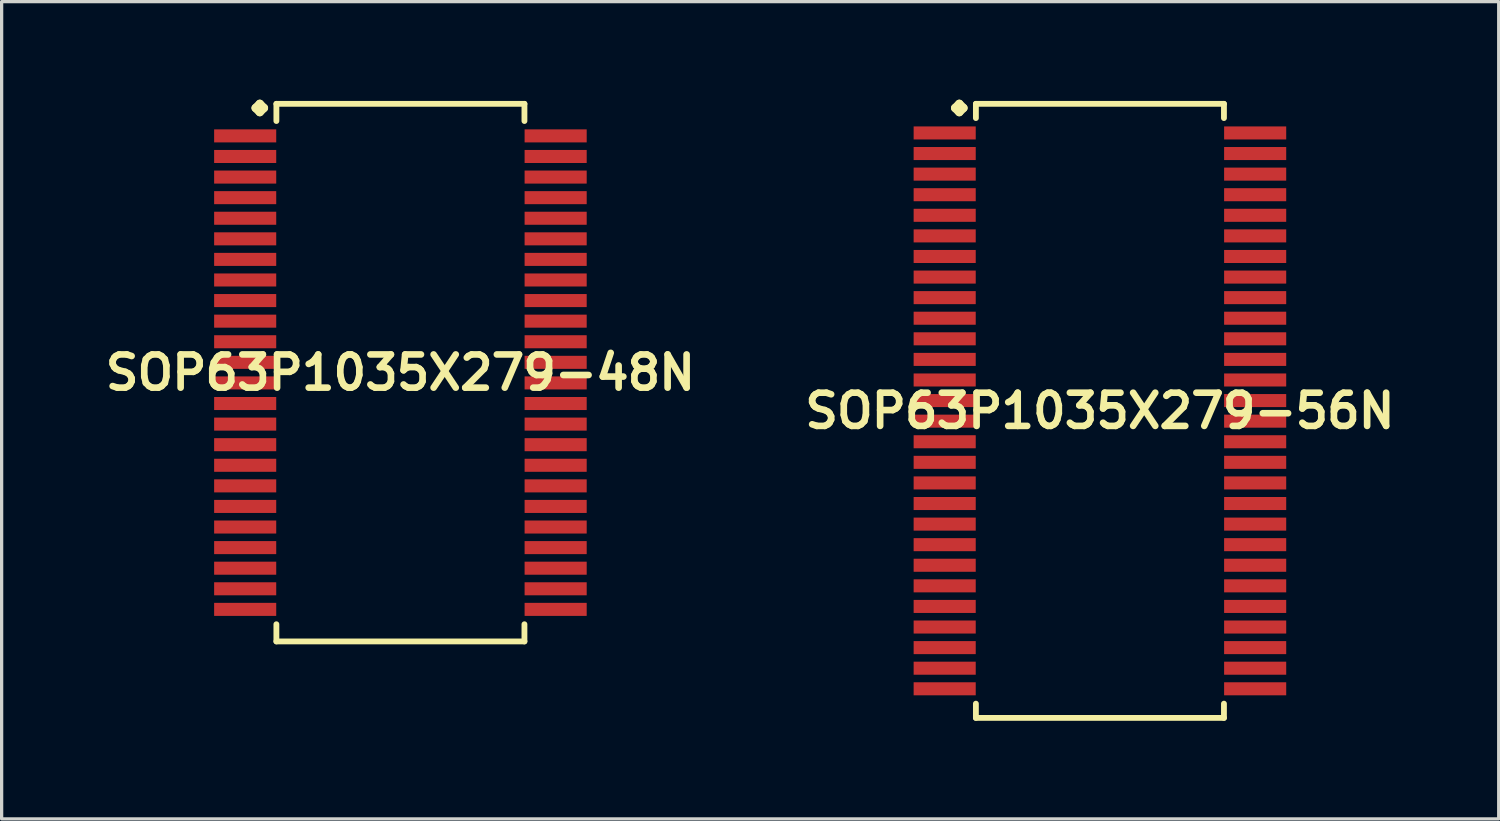
<source format=kicad_pcb>
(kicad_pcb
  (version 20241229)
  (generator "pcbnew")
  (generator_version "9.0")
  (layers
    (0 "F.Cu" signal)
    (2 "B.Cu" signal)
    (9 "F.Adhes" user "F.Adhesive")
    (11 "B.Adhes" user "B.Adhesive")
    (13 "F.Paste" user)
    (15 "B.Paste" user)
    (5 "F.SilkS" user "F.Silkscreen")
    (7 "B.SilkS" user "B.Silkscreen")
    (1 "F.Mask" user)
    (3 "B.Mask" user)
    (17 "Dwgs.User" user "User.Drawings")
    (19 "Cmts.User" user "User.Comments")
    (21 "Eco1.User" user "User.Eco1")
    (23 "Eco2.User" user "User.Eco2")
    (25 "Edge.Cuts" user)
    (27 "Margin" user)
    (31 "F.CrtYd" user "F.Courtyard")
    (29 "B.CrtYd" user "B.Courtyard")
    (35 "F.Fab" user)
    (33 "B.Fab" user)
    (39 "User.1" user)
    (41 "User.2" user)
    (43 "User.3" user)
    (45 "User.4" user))
  (footprint "SOP63P1035X279-48N"
    (layer "F.Cu")
    (at 9.202 8.352)
    (property "Reference" "SOP63P1035X279-48N" (at 0 0 0) (layer "F.SilkS") (effects (font (size 1.016 1.016) (thickness 0.203))))
    (attr smd)
    (fp_line (start -4.43 -8.098) (end -4.303 -8.225) (stroke (width 0.254) (type solid)) (layer "F.SilkS"))
    (fp_line (start -4.303 -8.225) (end -4.176 -8.098) (stroke (width 0.254) (type solid)) (layer "F.SilkS"))
    (fp_line (start -4.303 -7.971) (end -4.43 -8.098) (stroke (width 0.254) (type solid)) (layer "F.SilkS"))
    (fp_line (start -4.176 -8.098) (end -4.303 -7.971) (stroke (width 0.254) (type solid)) (layer "F.SilkS"))
    (fp_line (start -3.795 -8.225) (end 3.795 -8.225) (stroke (width 0.178) (type solid)) (layer "F.SilkS"))
    (fp_line (start -3.795 -7.699) (end -3.795 -8.225) (stroke (width 0.178) (type solid)) (layer "F.SilkS"))
    (fp_line (start -3.795 7.699) (end -3.795 8.225) (stroke (width 0.178) (type solid)) (layer "F.SilkS"))
    (fp_line (start -3.795 8.225) (end 3.795 8.225) (stroke (width 0.178) (type solid)) (layer "F.SilkS"))
    (fp_line (start 3.795 -8.225) (end 3.795 -7.699) (stroke (width 0.178) (type solid)) (layer "F.SilkS"))
    (fp_line (start 3.795 8.225) (end 3.795 7.699) (stroke (width 0.178) (type solid)) (layer "F.SilkS"))
    (pad "1" smd rect (at -4.75 -7.244) (size 1.9 0.399) (layers "F.Cu" "F.Mask" "F.Paste"))
    (pad "2" smd rect (at -4.75 -6.614) (size 1.9 0.399) (layers "F.Cu" "F.Mask" "F.Paste"))
    (pad "3" smd rect (at -4.75 -5.984) (size 1.9 0.399) (layers "F.Cu" "F.Mask" "F.Paste"))
    (pad "4" smd rect (at -4.75 -5.354) (size 1.9 0.399) (layers "F.Cu" "F.Mask" "F.Paste"))
    (pad "5" smd rect (at -4.75 -4.724) (size 1.9 0.399) (layers "F.Cu" "F.Mask" "F.Paste"))
    (pad "6" smd rect (at -4.75 -4.094) (size 1.9 0.399) (layers "F.Cu" "F.Mask" "F.Paste"))
    (pad "7" smd rect (at -4.75 -3.465) (size 1.9 0.399) (layers "F.Cu" "F.Mask" "F.Paste"))
    (pad "8" smd rect (at -4.75 -2.835) (size 1.9 0.399) (layers "F.Cu" "F.Mask" "F.Paste"))
    (pad "9" smd rect (at -4.75 -2.205) (size 1.9 0.399) (layers "F.Cu" "F.Mask" "F.Paste"))
    (pad "10" smd rect (at -4.75 -1.575) (size 1.9 0.399) (layers "F.Cu" "F.Mask" "F.Paste"))
    (pad "11" smd rect (at -4.75 -0.945) (size 1.9 0.399) (layers "F.Cu" "F.Mask" "F.Paste"))
    (pad "12" smd rect (at -4.75 -0.315) (size 1.9 0.399) (layers "F.Cu" "F.Mask" "F.Paste"))
    (pad "13" smd rect (at -4.75 0.315) (size 1.9 0.399) (layers "F.Cu" "F.Mask" "F.Paste"))
    (pad "14" smd rect (at -4.75 0.945) (size 1.9 0.399) (layers "F.Cu" "F.Mask" "F.Paste"))
    (pad "15" smd rect (at -4.75 1.575) (size 1.9 0.399) (layers "F.Cu" "F.Mask" "F.Paste"))
    (pad "16" smd rect (at -4.75 2.205) (size 1.9 0.399) (layers "F.Cu" "F.Mask" "F.Paste"))
    (pad "17" smd rect (at -4.75 2.835) (size 1.9 0.399) (layers "F.Cu" "F.Mask" "F.Paste"))
    (pad "18" smd rect (at -4.75 3.465) (size 1.9 0.399) (layers "F.Cu" "F.Mask" "F.Paste"))
    (pad "19" smd rect (at -4.75 4.094) (size 1.9 0.399) (layers "F.Cu" "F.Mask" "F.Paste"))
    (pad "20" smd rect (at -4.75 4.724) (size 1.9 0.399) (layers "F.Cu" "F.Mask" "F.Paste"))
    (pad "21" smd rect (at -4.75 5.354) (size 1.9 0.399) (layers "F.Cu" "F.Mask" "F.Paste"))
    (pad "22" smd rect (at -4.75 5.984) (size 1.9 0.399) (layers "F.Cu" "F.Mask" "F.Paste"))
    (pad "23" smd rect (at -4.75 6.614) (size 1.9 0.399) (layers "F.Cu" "F.Mask" "F.Paste"))
    (pad "24" smd rect (at -4.75 7.244) (size 1.9 0.399) (layers "F.Cu" "F.Mask" "F.Paste"))
    (pad "25" smd rect (at 4.75 7.244) (size 1.9 0.399) (layers "F.Cu" "F.Mask" "F.Paste"))
    (pad "26" smd rect (at 4.75 6.614) (size 1.9 0.399) (layers "F.Cu" "F.Mask" "F.Paste"))
    (pad "27" smd rect (at 4.75 5.984) (size 1.9 0.399) (layers "F.Cu" "F.Mask" "F.Paste"))
    (pad "28" smd rect (at 4.75 5.354) (size 1.9 0.399) (layers "F.Cu" "F.Mask" "F.Paste"))
    (pad "29" smd rect (at 4.75 4.724) (size 1.9 0.399) (layers "F.Cu" "F.Mask" "F.Paste"))
    (pad "30" smd rect (at 4.75 4.094) (size 1.9 0.399) (layers "F.Cu" "F.Mask" "F.Paste"))
    (pad "31" smd rect (at 4.75 3.465) (size 1.9 0.399) (layers "F.Cu" "F.Mask" "F.Paste"))
    (pad "32" smd rect (at 4.75 2.835) (size 1.9 0.399) (layers "F.Cu" "F.Mask" "F.Paste"))
    (pad "33" smd rect (at 4.75 2.205) (size 1.9 0.399) (layers "F.Cu" "F.Mask" "F.Paste"))
    (pad "34" smd rect (at 4.75 1.575) (size 1.9 0.399) (layers "F.Cu" "F.Mask" "F.Paste"))
    (pad "35" smd rect (at 4.75 0.945) (size 1.9 0.399) (layers "F.Cu" "F.Mask" "F.Paste"))
    (pad "36" smd rect (at 4.75 0.315) (size 1.9 0.399) (layers "F.Cu" "F.Mask" "F.Paste"))
    (pad "37" smd rect (at 4.75 -0.315) (size 1.9 0.399) (layers "F.Cu" "F.Mask" "F.Paste"))
    (pad "38" smd rect (at 4.75 -0.945) (size 1.9 0.399) (layers "F.Cu" "F.Mask" "F.Paste"))
    (pad "39" smd rect (at 4.75 -1.575) (size 1.9 0.399) (layers "F.Cu" "F.Mask" "F.Paste"))
    (pad "40" smd rect (at 4.75 -2.205) (size 1.9 0.399) (layers "F.Cu" "F.Mask" "F.Paste"))
    (pad "41" smd rect (at 4.75 -2.835) (size 1.9 0.399) (layers "F.Cu" "F.Mask" "F.Paste"))
    (pad "42" smd rect (at 4.75 -3.465) (size 1.9 0.399) (layers "F.Cu" "F.Mask" "F.Paste"))
    (pad "43" smd rect (at 4.75 -4.094) (size 1.9 0.399) (layers "F.Cu" "F.Mask" "F.Paste"))
    (pad "44" smd rect (at 4.75 -4.724) (size 1.9 0.399) (layers "F.Cu" "F.Mask" "F.Paste"))
    (pad "45" smd rect (at 4.75 -5.354) (size 1.9 0.399) (layers "F.Cu" "F.Mask" "F.Paste"))
    (pad "46" smd rect (at 4.75 -5.984) (size 1.9 0.399) (layers "F.Cu" "F.Mask" "F.Paste"))
    (pad "47" smd rect (at 4.75 -6.614) (size 1.9 0.399) (layers "F.Cu" "F.Mask" "F.Paste"))
    (pad "48" smd rect (at 4.75 -7.244) (size 1.9 0.399) (layers "F.Cu" "F.Mask" "F.Paste")))
  (footprint "SOP63P1035X279-56N"
    (layer "F.Cu")
    (at 30.606 9.522)
    (property "Reference" "SOP63P1035X279-56N" (at 0 0 0) (layer "F.SilkS") (effects (font (size 1.016 1.016) (thickness 0.203))))
    (attr smd)
    (fp_line (start -4.43 -9.268) (end -4.303 -9.395) (stroke (width 0.254) (type solid)) (layer "F.SilkS"))
    (fp_line (start -4.303 -9.395) (end -4.176 -9.268) (stroke (width 0.254) (type solid)) (layer "F.SilkS"))
    (fp_line (start -4.303 -9.141) (end -4.43 -9.268) (stroke (width 0.254) (type solid)) (layer "F.SilkS"))
    (fp_line (start -4.176 -9.268) (end -4.303 -9.141) (stroke (width 0.254) (type solid)) (layer "F.SilkS"))
    (fp_line (start -3.795 -9.395) (end 3.795 -9.395) (stroke (width 0.178) (type solid)) (layer "F.SilkS"))
    (fp_line (start -3.795 -8.959) (end -3.795 -9.395) (stroke (width 0.178) (type solid)) (layer "F.SilkS"))
    (fp_line (start -3.795 8.959) (end -3.795 9.395) (stroke (width 0.178) (type solid)) (layer "F.SilkS"))
    (fp_line (start -3.795 9.395) (end 3.795 9.395) (stroke (width 0.178) (type solid)) (layer "F.SilkS"))
    (fp_line (start 3.795 -9.395) (end 3.795 -8.959) (stroke (width 0.178) (type solid)) (layer "F.SilkS"))
    (fp_line (start 3.795 9.395) (end 3.795 8.959) (stroke (width 0.178) (type solid)) (layer "F.SilkS"))
    (pad "1" smd rect (at -4.75 -8.504) (size 1.9 0.399) (layers "F.Cu" "F.Mask" "F.Paste"))
    (pad "2" smd rect (at -4.75 -7.874) (size 1.9 0.399) (layers "F.Cu" "F.Mask" "F.Paste"))
    (pad "3" smd rect (at -4.75 -7.244) (size 1.9 0.399) (layers "F.Cu" "F.Mask" "F.Paste"))
    (pad "4" smd rect (at -4.75 -6.614) (size 1.9 0.399) (layers "F.Cu" "F.Mask" "F.Paste"))
    (pad "5" smd rect (at -4.75 -5.984) (size 1.9 0.399) (layers "F.Cu" "F.Mask" "F.Paste"))
    (pad "6" smd rect (at -4.75 -5.354) (size 1.9 0.399) (layers "F.Cu" "F.Mask" "F.Paste"))
    (pad "7" smd rect (at -4.75 -4.724) (size 1.9 0.399) (layers "F.Cu" "F.Mask" "F.Paste"))
    (pad "8" smd rect (at -4.75 -4.094) (size 1.9 0.399) (layers "F.Cu" "F.Mask" "F.Paste"))
    (pad "9" smd rect (at -4.75 -3.465) (size 1.9 0.399) (layers "F.Cu" "F.Mask" "F.Paste"))
    (pad "10" smd rect (at -4.75 -2.835) (size 1.9 0.399) (layers "F.Cu" "F.Mask" "F.Paste"))
    (pad "11" smd rect (at -4.75 -2.205) (size 1.9 0.399) (layers "F.Cu" "F.Mask" "F.Paste"))
    (pad "12" smd rect (at -4.75 -1.575) (size 1.9 0.399) (layers "F.Cu" "F.Mask" "F.Paste"))
    (pad "13" smd rect (at -4.75 -0.945) (size 1.9 0.399) (layers "F.Cu" "F.Mask" "F.Paste"))
    (pad "14" smd rect (at -4.75 -0.315) (size 1.9 0.399) (layers "F.Cu" "F.Mask" "F.Paste"))
    (pad "15" smd rect (at -4.75 0.315) (size 1.9 0.399) (layers "F.Cu" "F.Mask" "F.Paste"))
    (pad "16" smd rect (at -4.75 0.945) (size 1.9 0.399) (layers "F.Cu" "F.Mask" "F.Paste"))
    (pad "17" smd rect (at -4.75 1.575) (size 1.9 0.399) (layers "F.Cu" "F.Mask" "F.Paste"))
    (pad "18" smd rect (at -4.75 2.205) (size 1.9 0.399) (layers "F.Cu" "F.Mask" "F.Paste"))
    (pad "19" smd rect (at -4.75 2.835) (size 1.9 0.399) (layers "F.Cu" "F.Mask" "F.Paste"))
    (pad "20" smd rect (at -4.75 3.465) (size 1.9 0.399) (layers "F.Cu" "F.Mask" "F.Paste"))
    (pad "21" smd rect (at -4.75 4.094) (size 1.9 0.399) (layers "F.Cu" "F.Mask" "F.Paste"))
    (pad "22" smd rect (at -4.75 4.724) (size 1.9 0.399) (layers "F.Cu" "F.Mask" "F.Paste"))
    (pad "23" smd rect (at -4.75 5.354) (size 1.9 0.399) (layers "F.Cu" "F.Mask" "F.Paste"))
    (pad "24" smd rect (at -4.75 5.984) (size 1.9 0.399) (layers "F.Cu" "F.Mask" "F.Paste"))
    (pad "25" smd rect (at -4.75 6.614) (size 1.9 0.399) (layers "F.Cu" "F.Mask" "F.Paste"))
    (pad "26" smd rect (at -4.75 7.244) (size 1.9 0.399) (layers "F.Cu" "F.Mask" "F.Paste"))
    (pad "27" smd rect (at -4.75 7.874) (size 1.9 0.399) (layers "F.Cu" "F.Mask" "F.Paste"))
    (pad "28" smd rect (at -4.75 8.504) (size 1.9 0.399) (layers "F.Cu" "F.Mask" "F.Paste"))
    (pad "29" smd rect (at 4.75 8.504) (size 1.9 0.399) (layers "F.Cu" "F.Mask" "F.Paste"))
    (pad "30" smd rect (at 4.75 7.874) (size 1.9 0.399) (layers "F.Cu" "F.Mask" "F.Paste"))
    (pad "31" smd rect (at 4.75 7.244) (size 1.9 0.399) (layers "F.Cu" "F.Mask" "F.Paste"))
    (pad "32" smd rect (at 4.75 6.614) (size 1.9 0.399) (layers "F.Cu" "F.Mask" "F.Paste"))
    (pad "33" smd rect (at 4.75 5.984) (size 1.9 0.399) (layers "F.Cu" "F.Mask" "F.Paste"))
    (pad "34" smd rect (at 4.75 5.354) (size 1.9 0.399) (layers "F.Cu" "F.Mask" "F.Paste"))
    (pad "35" smd rect (at 4.75 4.724) (size 1.9 0.399) (layers "F.Cu" "F.Mask" "F.Paste"))
    (pad "36" smd rect (at 4.75 4.094) (size 1.9 0.399) (layers "F.Cu" "F.Mask" "F.Paste"))
    (pad "37" smd rect (at 4.75 3.465) (size 1.9 0.399) (layers "F.Cu" "F.Mask" "F.Paste"))
    (pad "38" smd rect (at 4.75 2.835) (size 1.9 0.399) (layers "F.Cu" "F.Mask" "F.Paste"))
    (pad "39" smd rect (at 4.75 2.205) (size 1.9 0.399) (layers "F.Cu" "F.Mask" "F.Paste"))
    (pad "40" smd rect (at 4.75 1.575) (size 1.9 0.399) (layers "F.Cu" "F.Mask" "F.Paste"))
    (pad "41" smd rect (at 4.75 0.945) (size 1.9 0.399) (layers "F.Cu" "F.Mask" "F.Paste"))
    (pad "42" smd rect (at 4.75 0.315) (size 1.9 0.399) (layers "F.Cu" "F.Mask" "F.Paste"))
    (pad "43" smd rect (at 4.75 -0.315) (size 1.9 0.399) (layers "F.Cu" "F.Mask" "F.Paste"))
    (pad "44" smd rect (at 4.75 -0.945) (size 1.9 0.399) (layers "F.Cu" "F.Mask" "F.Paste"))
    (pad "45" smd rect (at 4.75 -1.575) (size 1.9 0.399) (layers "F.Cu" "F.Mask" "F.Paste"))
    (pad "46" smd rect (at 4.75 -2.205) (size 1.9 0.399) (layers "F.Cu" "F.Mask" "F.Paste"))
    (pad "47" smd rect (at 4.75 -2.835) (size 1.9 0.399) (layers "F.Cu" "F.Mask" "F.Paste"))
    (pad "48" smd rect (at 4.75 -3.465) (size 1.9 0.399) (layers "F.Cu" "F.Mask" "F.Paste"))
    (pad "49" smd rect (at 4.75 -4.094) (size 1.9 0.399) (layers "F.Cu" "F.Mask" "F.Paste"))
    (pad "50" smd rect (at 4.75 -4.724) (size 1.9 0.399) (layers "F.Cu" "F.Mask" "F.Paste"))
    (pad "51" smd rect (at 4.75 -5.354) (size 1.9 0.399) (layers "F.Cu" "F.Mask" "F.Paste"))
    (pad "52" smd rect (at 4.75 -5.984) (size 1.9 0.399) (layers "F.Cu" "F.Mask" "F.Paste"))
    (pad "53" smd rect (at 4.75 -6.614) (size 1.9 0.399) (layers "F.Cu" "F.Mask" "F.Paste"))
    (pad "54" smd rect (at 4.75 -7.244) (size 1.9 0.399) (layers "F.Cu" "F.Mask" "F.Paste"))
    (pad "55" smd rect (at 4.75 -7.874) (size 1.9 0.399) (layers "F.Cu" "F.Mask" "F.Paste"))
    (pad "56" smd rect (at 4.75 -8.504) (size 1.9 0.399) (layers "F.Cu" "F.Mask" "F.Paste")))
  (gr_rect
    (start -3 -3)
    (end 42.808 22.007)
    (stroke (width 0.1) (type default))
    (fill no)
    (layer "Edge.Cuts")))
</source>
